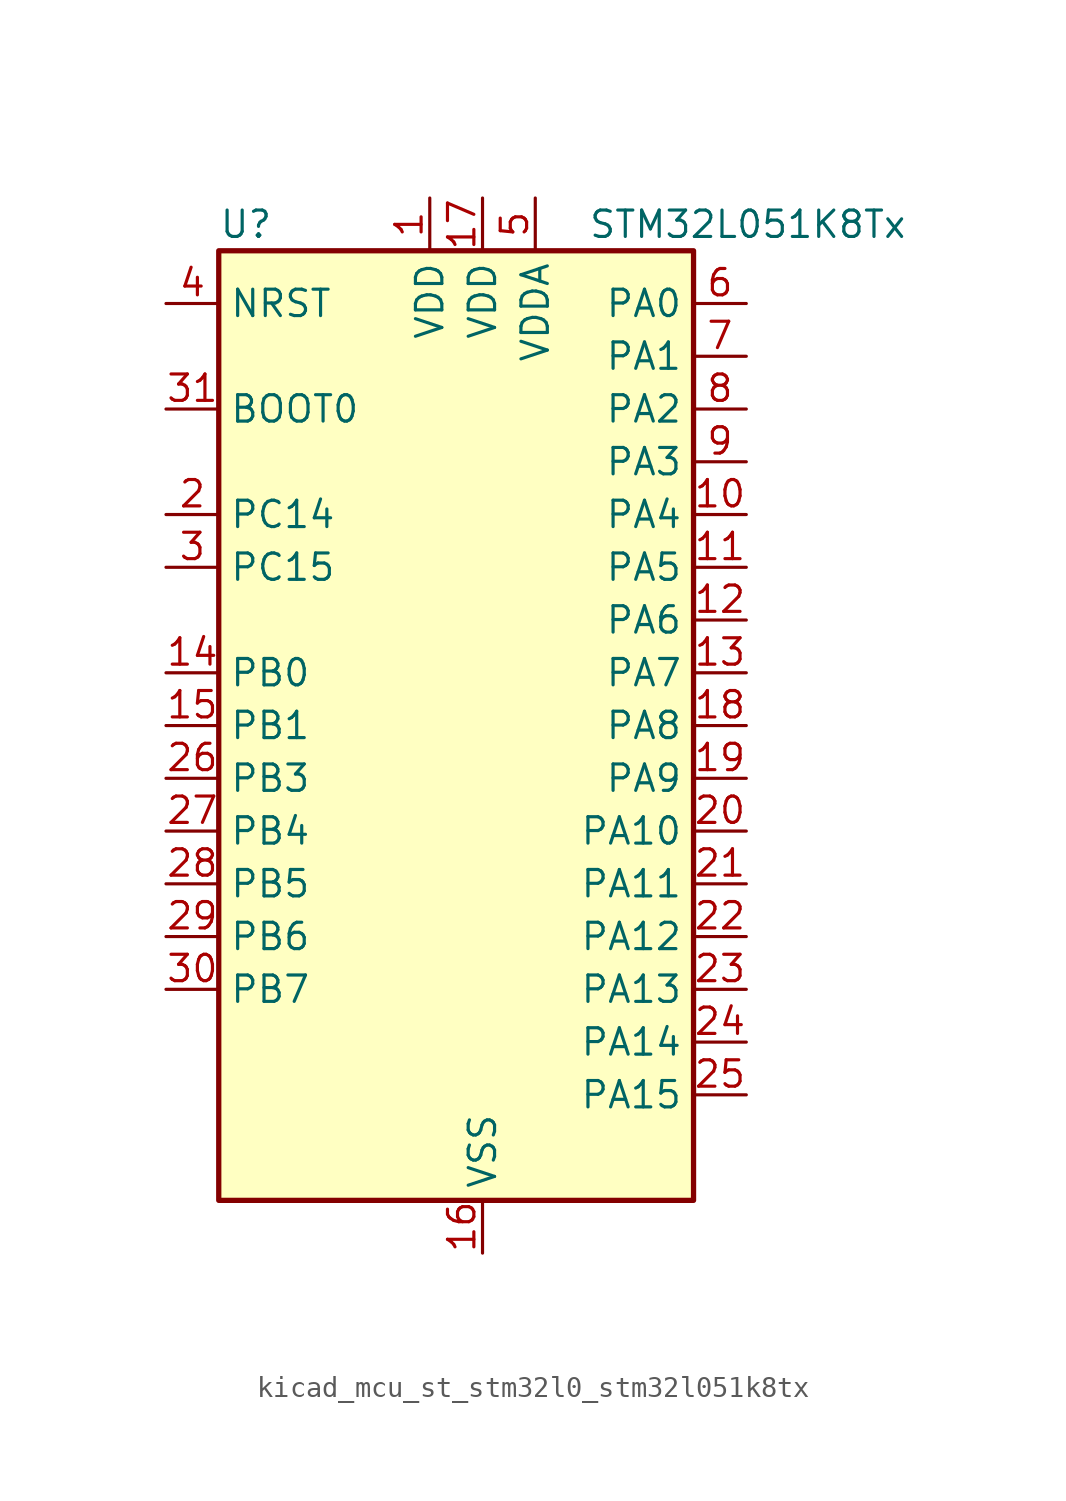
<source format=kicad_sym>
(kicad_symbol_lib
  (version 20220914)
  (generator kicad_symbol_editor)
  (symbol "kicad_mcu_st_stm32l0_stm32l051k8tx"
    (property "Reference" "U"
      (at -10.16 24.13 0)
      (effects (font (size 1.27 1.27)) (justify left)))
    (property "Value" "STM32L051K8Tx"
      (at 7.62 24.13 0)
      (effects (font (size 1.27 1.27)) (justify left)))
    (property "ki_locked" ""
      (at 0 0 0)
      (effects (font (size 1.27 1.27))))
    (symbol "kicad_mcu_st_stm32l0_stm32l051k8tx_0_1"
      (rectangle (start -10.16 -22.86) (end 12.7 22.86) (stroke (width 0.254) (type default)) (fill (type background))))
    (symbol "kicad_mcu_st_stm32l0_stm32l051k8tx_1_1"
      (pin power_in line (at 0 25.4 270) (length 2.54) (name "VDD" (effects (font (size 1.27 1.27)))) (number "1" (effects (font (size 1.27 1.27)))))
      (pin bidirectional line (at 15.24 10.16 180) (length 2.54) (name "PA4" (effects (font (size 1.27 1.27)))) (number "10" (effects (font (size 1.27 1.27)))) (alternate "ADC_IN4" bidirectional line) (alternate "COMP1_INM" bidirectional line) (alternate "COMP2_INM" bidirectional line) (alternate "SPI1_NSS" bidirectional line) (alternate "TIM22_ETR" bidirectional line) (alternate "USART2_CK" bidirectional line))
      (pin bidirectional line (at 15.24 7.62 180) (length 2.54) (name "PA5" (effects (font (size 1.27 1.27)))) (number "11" (effects (font (size 1.27 1.27)))) (alternate "ADC_IN5" bidirectional line) (alternate "COMP1_INM" bidirectional line) (alternate "COMP2_INM" bidirectional line) (alternate "SPI1_SCK" bidirectional line) (alternate "TIM2_CH1" bidirectional line) (alternate "TIM2_ETR" bidirectional line))
      (pin bidirectional line (at 15.24 5.08 180) (length 2.54) (name "PA6" (effects (font (size 1.27 1.27)))) (number "12" (effects (font (size 1.27 1.27)))) (alternate "ADC_IN6" bidirectional line) (alternate "COMP1_OUT" bidirectional line) (alternate "SPI1_MISO" bidirectional line) (alternate "TIM22_CH1" bidirectional line))
      (pin bidirectional line (at 15.24 2.54 180) (length 2.54) (name "PA7" (effects (font (size 1.27 1.27)))) (number "13" (effects (font (size 1.27 1.27)))) (alternate "ADC_IN7" bidirectional line) (alternate "COMP2_OUT" bidirectional line) (alternate "SPI1_MOSI" bidirectional line) (alternate "TIM22_CH2" bidirectional line))
      (pin bidirectional line (at -12.7 2.54 0) (length 2.54) (name "PB0" (effects (font (size 1.27 1.27)))) (number "14" (effects (font (size 1.27 1.27)))) (alternate "ADC_IN8" bidirectional line) (alternate "SYS_VREF_OUT_PB0" bidirectional line))
      (pin bidirectional line (at -12.7 0 0) (length 2.54) (name "PB1" (effects (font (size 1.27 1.27)))) (number "15" (effects (font (size 1.27 1.27)))) (alternate "ADC_IN9" bidirectional line) (alternate "SYS_VREF_OUT_PB1" bidirectional line))
      (pin power_in line (at 2.54 -25.4 90) (length 2.54) (name "VSS" (effects (font (size 1.27 1.27)))) (number "16" (effects (font (size 1.27 1.27)))))
      (pin power_in line (at 2.54 25.4 270) (length 2.54) (name "VDD" (effects (font (size 1.27 1.27)))) (number "17" (effects (font (size 1.27 1.27)))))
      (pin bidirectional line (at 15.24 0 180) (length 2.54) (name "PA8" (effects (font (size 1.27 1.27)))) (number "18" (effects (font (size 1.27 1.27)))) (alternate "RCC_MCO" bidirectional line) (alternate "USART1_CK" bidirectional line))
      (pin bidirectional line (at 15.24 -2.54 180) (length 2.54) (name "PA9" (effects (font (size 1.27 1.27)))) (number "19" (effects (font (size 1.27 1.27)))) (alternate "RCC_MCO" bidirectional line) (alternate "USART1_TX" bidirectional line))
      (pin bidirectional line (at -12.7 10.16 0) (length 2.54) (name "PC14" (effects (font (size 1.27 1.27)))) (number "2" (effects (font (size 1.27 1.27)))) (alternate "RCC_OSC32_IN" bidirectional line))
      (pin bidirectional line (at 15.24 -5.08 180) (length 2.54) (name "PA10" (effects (font (size 1.27 1.27)))) (number "20" (effects (font (size 1.27 1.27)))) (alternate "USART1_RX" bidirectional line))
      (pin bidirectional line (at 15.24 -7.62 180) (length 2.54) (name "PA11" (effects (font (size 1.27 1.27)))) (number "21" (effects (font (size 1.27 1.27)))) (alternate "ADC_EXTI11" bidirectional line) (alternate "COMP1_OUT" bidirectional line) (alternate "SPI1_MISO" bidirectional line) (alternate "USART1_CTS" bidirectional line))
      (pin bidirectional line (at 15.24 -10.16 180) (length 2.54) (name "PA12" (effects (font (size 1.27 1.27)))) (number "22" (effects (font (size 1.27 1.27)))) (alternate "COMP2_OUT" bidirectional line) (alternate "SPI1_MOSI" bidirectional line) (alternate "USART1_DE" bidirectional line) (alternate "USART1_RTS" bidirectional line))
      (pin bidirectional line (at 15.24 -12.7 180) (length 2.54) (name "PA13" (effects (font (size 1.27 1.27)))) (number "23" (effects (font (size 1.27 1.27)))) (alternate "SYS_SWDIO" bidirectional line))
      (pin bidirectional line (at 15.24 -15.24 180) (length 2.54) (name "PA14" (effects (font (size 1.27 1.27)))) (number "24" (effects (font (size 1.27 1.27)))) (alternate "SYS_SWCLK" bidirectional line) (alternate "USART2_TX" bidirectional line))
      (pin bidirectional line (at 15.24 -17.78 180) (length 2.54) (name "PA15" (effects (font (size 1.27 1.27)))) (number "25" (effects (font (size 1.27 1.27)))) (alternate "SPI1_NSS" bidirectional line) (alternate "TIM2_CH1" bidirectional line) (alternate "TIM2_ETR" bidirectional line) (alternate "USART2_RX" bidirectional line))
      (pin bidirectional line (at -12.7 -2.54 0) (length 2.54) (name "PB3" (effects (font (size 1.27 1.27)))) (number "26" (effects (font (size 1.27 1.27)))) (alternate "COMP2_INM" bidirectional line) (alternate "SPI1_SCK" bidirectional line) (alternate "TIM2_CH2" bidirectional line))
      (pin bidirectional line (at -12.7 -5.08 0) (length 2.54) (name "PB4" (effects (font (size 1.27 1.27)))) (number "27" (effects (font (size 1.27 1.27)))) (alternate "COMP2_INP" bidirectional line) (alternate "SPI1_MISO" bidirectional line) (alternate "TIM22_CH1" bidirectional line))
      (pin bidirectional line (at -12.7 -7.62 0) (length 2.54) (name "PB5" (effects (font (size 1.27 1.27)))) (number "28" (effects (font (size 1.27 1.27)))) (alternate "COMP2_INP" bidirectional line) (alternate "I2C1_SMBA" bidirectional line) (alternate "LPTIM1_IN1" bidirectional line) (alternate "SPI1_MOSI" bidirectional line) (alternate "TIM22_CH2" bidirectional line))
      (pin bidirectional line (at -12.7 -10.16 0) (length 2.54) (name "PB6" (effects (font (size 1.27 1.27)))) (number "29" (effects (font (size 1.27 1.27)))) (alternate "COMP2_INP" bidirectional line) (alternate "I2C1_SCL" bidirectional line) (alternate "LPTIM1_ETR" bidirectional line) (alternate "USART1_TX" bidirectional line))
      (pin bidirectional line (at -12.7 7.62 0) (length 2.54) (name "PC15" (effects (font (size 1.27 1.27)))) (number "3" (effects (font (size 1.27 1.27)))) (alternate "RCC_OSC32_OUT" bidirectional line))
      (pin bidirectional line (at -12.7 -12.7 0) (length 2.54) (name "PB7" (effects (font (size 1.27 1.27)))) (number "30" (effects (font (size 1.27 1.27)))) (alternate "COMP2_INP" bidirectional line) (alternate "I2C1_SDA" bidirectional line) (alternate "LPTIM1_IN2" bidirectional line) (alternate "SYS_PVD_IN" bidirectional line) (alternate "USART1_RX" bidirectional line))
      (pin input line (at -12.7 15.24 0) (length 2.54) (name "BOOT0" (effects (font (size 1.27 1.27)))) (number "31" (effects (font (size 1.27 1.27)))))
      (pin passive line (at 2.54 -25.4 90) (length 2.54) hide (name "VSS" (effects (font (size 1.27 1.27)))) (number "32" (effects (font (size 1.27 1.27)))))
      (pin input line (at -12.7 20.32 0) (length 2.54) (name "NRST" (effects (font (size 1.27 1.27)))) (number "4" (effects (font (size 1.27 1.27)))))
      (pin power_in line (at 5.08 25.4 270) (length 2.54) (name "VDDA" (effects (font (size 1.27 1.27)))) (number "5" (effects (font (size 1.27 1.27)))))
      (pin bidirectional line (at 15.24 20.32 180) (length 2.54) (name "PA0" (effects (font (size 1.27 1.27)))) (number "6" (effects (font (size 1.27 1.27)))) (alternate "ADC_IN0" bidirectional line) (alternate "COMP1_INM" bidirectional line) (alternate "COMP1_OUT" bidirectional line) (alternate "RTC_TAMP2" bidirectional line) (alternate "SYS_WKUP1" bidirectional line) (alternate "TIM2_CH1" bidirectional line) (alternate "TIM2_ETR" bidirectional line) (alternate "USART2_CTS" bidirectional line))
      (pin bidirectional line (at 15.24 17.78 180) (length 2.54) (name "PA1" (effects (font (size 1.27 1.27)))) (number "7" (effects (font (size 1.27 1.27)))) (alternate "ADC_IN1" bidirectional line) (alternate "COMP1_INP" bidirectional line) (alternate "TIM21_ETR" bidirectional line) (alternate "TIM2_CH2" bidirectional line) (alternate "USART2_DE" bidirectional line) (alternate "USART2_RTS" bidirectional line))
      (pin bidirectional line (at 15.24 15.24 180) (length 2.54) (name "PA2" (effects (font (size 1.27 1.27)))) (number "8" (effects (font (size 1.27 1.27)))) (alternate "ADC_IN2" bidirectional line) (alternate "COMP2_INM" bidirectional line) (alternate "COMP2_OUT" bidirectional line) (alternate "TIM21_CH1" bidirectional line) (alternate "TIM2_CH3" bidirectional line) (alternate "USART2_TX" bidirectional line))
      (pin bidirectional line (at 15.24 12.7 180) (length 2.54) (name "PA3" (effects (font (size 1.27 1.27)))) (number "9" (effects (font (size 1.27 1.27)))) (alternate "ADC_IN3" bidirectional line) (alternate "COMP2_INP" bidirectional line) (alternate "TIM21_CH2" bidirectional line) (alternate "TIM2_CH4" bidirectional line) (alternate "USART2_RX" bidirectional line)))))
</source>
